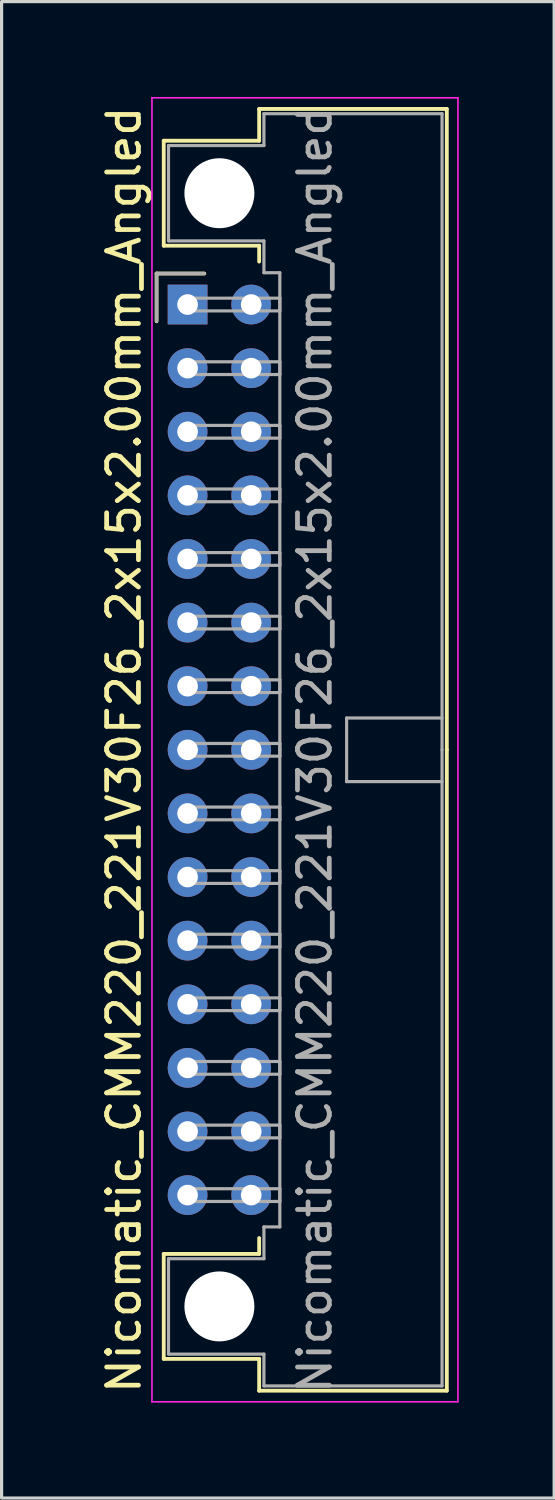
<source format=kicad_pcb>
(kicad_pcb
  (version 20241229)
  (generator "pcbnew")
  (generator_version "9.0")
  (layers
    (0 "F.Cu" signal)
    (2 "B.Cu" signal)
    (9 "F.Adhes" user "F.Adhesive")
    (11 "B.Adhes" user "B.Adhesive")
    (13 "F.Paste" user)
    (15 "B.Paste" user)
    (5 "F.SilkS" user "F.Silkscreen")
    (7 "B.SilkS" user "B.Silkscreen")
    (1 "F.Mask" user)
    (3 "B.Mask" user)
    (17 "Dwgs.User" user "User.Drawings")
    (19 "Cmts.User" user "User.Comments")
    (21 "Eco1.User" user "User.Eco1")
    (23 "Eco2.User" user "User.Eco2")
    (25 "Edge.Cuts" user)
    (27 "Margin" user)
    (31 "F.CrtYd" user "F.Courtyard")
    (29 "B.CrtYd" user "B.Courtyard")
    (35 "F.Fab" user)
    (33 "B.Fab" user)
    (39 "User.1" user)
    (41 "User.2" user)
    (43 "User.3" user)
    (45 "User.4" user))
  (footprint "Nicomatic_CMM220_221V30F26_2x15x2.00mm_Angled"
    (layer "F.Cu")
    (at 2.848 6.525)
    (property "Reference" "Nicomatic_CMM220_221V30F26_2x15x2.00mm_Angled" (at -2 14 90) (layer "F.SilkS") (effects (font (size 1 1) (thickness 0.15))))
    (attr through_hole)
    (fp_line (start -0.975 -0.975) (end -0.975 0.525) (stroke (width 0.12) (type solid)) (layer "F.SilkS"))
    (fp_line (start -0.75 -5.15) (end -0.75 -1.85) (stroke (width 0.12) (type solid)) (layer "F.SilkS"))
    (fp_line (start -0.75 -1.85) (end 2.25 -1.85) (stroke (width 0.12) (type solid)) (layer "F.SilkS"))
    (fp_line (start -0.75 29.85) (end 2.25 29.85) (stroke (width 0.12) (type solid)) (layer "F.SilkS"))
    (fp_line (start -0.75 33.15) (end -0.75 29.85) (stroke (width 0.12) (type solid)) (layer "F.SilkS"))
    (fp_line (start 0.525 -0.975) (end -0.975 -0.975) (stroke (width 0.12) (type solid)) (layer "F.SilkS"))
    (fp_line (start 2.25 -6.15) (end 2.25 -5.15) (stroke (width 0.12) (type solid)) (layer "F.SilkS"))
    (fp_line (start 2.25 -5.15) (end -0.75 -5.15) (stroke (width 0.12) (type solid)) (layer "F.SilkS"))
    (fp_line (start 2.25 -1.85) (end 2.25 -1.35) (stroke (width 0.12) (type solid)) (layer "F.SilkS"))
    (fp_line (start 2.25 29.85) (end 2.25 29.35) (stroke (width 0.12) (type solid)) (layer "F.SilkS"))
    (fp_line (start 2.25 33.15) (end -0.75 33.15) (stroke (width 0.12) (type solid)) (layer "F.SilkS"))
    (fp_line (start 2.25 34.15) (end 2.25 33.15) (stroke (width 0.12) (type solid)) (layer "F.SilkS"))
    (fp_line (start 8.15 -6.15) (end 2.25 -6.15) (stroke (width 0.12) (type solid)) (layer "F.SilkS"))
    (fp_line (start 8.15 14) (end 8.15 -6.15) (stroke (width 0.12) (type solid)) (layer "F.SilkS"))
    (fp_line (start 8.15 14) (end 8.15 34.15) (stroke (width 0.12) (type solid)) (layer "F.SilkS"))
    (fp_line (start 8.15 34.15) (end 2.25 34.15) (stroke (width 0.12) (type solid)) (layer "F.SilkS"))
    (fp_line (start -1.12 -6.5) (end -1.12 34.5) (stroke (width 0.05) (type solid)) (layer "F.CrtYd"))
    (fp_line (start -1.12 34.5) (end 8.5 34.5) (stroke (width 0.05) (type solid)) (layer "F.CrtYd"))
    (fp_line (start 8.5 -6.5) (end -1.12 -6.5) (stroke (width 0.05) (type solid)) (layer "F.CrtYd"))
    (fp_line (start 8.5 34.5) (end 8.5 -6.5) (stroke (width 0.05) (type solid)) (layer "F.CrtYd"))
    (fp_line (start -0.975 -0.975) (end -0.975 0.525) (stroke (width 0.1) (type solid)) (layer "F.Fab"))
    (fp_line (start -0.6 -5) (end -0.6 -2) (stroke (width 0.1) (type solid)) (layer "F.Fab"))
    (fp_line (start -0.6 -2) (end 2.4 -2) (stroke (width 0.1) (type solid)) (layer "F.Fab"))
    (fp_line (start -0.6 30) (end 2.4 30) (stroke (width 0.1) (type solid)) (layer "F.Fab"))
    (fp_line (start -0.6 33) (end -0.6 30) (stroke (width 0.1) (type solid)) (layer "F.Fab"))
    (fp_line (start 0 -0.2) (end 0 0.2) (stroke (width 0.1) (type solid)) (layer "F.Fab"))
    (fp_line (start 0 0.2) (end 2.9 0.2) (stroke (width 0.1) (type solid)) (layer "F.Fab"))
    (fp_line (start 0 1.8) (end 0 2.2) (stroke (width 0.1) (type solid)) (layer "F.Fab"))
    (fp_line (start 0 2.2) (end 2.9 2.2) (stroke (width 0.1) (type solid)) (layer "F.Fab"))
    (fp_line (start 0 3.8) (end 0 4.2) (stroke (width 0.1) (type solid)) (layer "F.Fab"))
    (fp_line (start 0 4.2) (end 2.9 4.2) (stroke (width 0.1) (type solid)) (layer "F.Fab"))
    (fp_line (start 0 5.8) (end 0 6.2) (stroke (width 0.1) (type solid)) (layer "F.Fab"))
    (fp_line (start 0 6.2) (end 2.9 6.2) (stroke (width 0.1) (type solid)) (layer "F.Fab"))
    (fp_line (start 0 7.8) (end 0 8.2) (stroke (width 0.1) (type solid)) (layer "F.Fab"))
    (fp_line (start 0 8.2) (end 2.9 8.2) (stroke (width 0.1) (type solid)) (layer "F.Fab"))
    (fp_line (start 0 9.8) (end 0 10.2) (stroke (width 0.1) (type solid)) (layer "F.Fab"))
    (fp_line (start 0 10.2) (end 2.9 10.2) (stroke (width 0.1) (type solid)) (layer "F.Fab"))
    (fp_line (start 0 11.8) (end 0 12.2) (stroke (width 0.1) (type solid)) (layer "F.Fab"))
    (fp_line (start 0 12.2) (end 2.9 12.2) (stroke (width 0.1) (type solid)) (layer "F.Fab"))
    (fp_line (start 0 13.8) (end 0 14.2) (stroke (width 0.1) (type solid)) (layer "F.Fab"))
    (fp_line (start 0 14.2) (end 2.9 14.2) (stroke (width 0.1) (type solid)) (layer "F.Fab"))
    (fp_line (start 0 15.8) (end 0 16.2) (stroke (width 0.1) (type solid)) (layer "F.Fab"))
    (fp_line (start 0 16.2) (end 2.9 16.2) (stroke (width 0.1) (type solid)) (layer "F.Fab"))
    (fp_line (start 0 17.8) (end 0 18.2) (stroke (width 0.1) (type solid)) (layer "F.Fab"))
    (fp_line (start 0 18.2) (end 2.9 18.2) (stroke (width 0.1) (type solid)) (layer "F.Fab"))
    (fp_line (start 0 19.8) (end 0 20.2) (stroke (width 0.1) (type solid)) (layer "F.Fab"))
    (fp_line (start 0 20.2) (end 2.9 20.2) (stroke (width 0.1) (type solid)) (layer "F.Fab"))
    (fp_line (start 0 21.8) (end 0 22.2) (stroke (width 0.1) (type solid)) (layer "F.Fab"))
    (fp_line (start 0 22.2) (end 2.9 22.2) (stroke (width 0.1) (type solid)) (layer "F.Fab"))
    (fp_line (start 0 23.8) (end 0 24.2) (stroke (width 0.1) (type solid)) (layer "F.Fab"))
    (fp_line (start 0 24.2) (end 2.9 24.2) (stroke (width 0.1) (type solid)) (layer "F.Fab"))
    (fp_line (start 0 25.8) (end 0 26.2) (stroke (width 0.1) (type solid)) (layer "F.Fab"))
    (fp_line (start 0 26.2) (end 2.9 26.2) (stroke (width 0.1) (type solid)) (layer "F.Fab"))
    (fp_line (start 0 27.8) (end 0 28.2) (stroke (width 0.1) (type solid)) (layer "F.Fab"))
    (fp_line (start 0 28.2) (end 2.9 28.2) (stroke (width 0.1) (type solid)) (layer "F.Fab"))
    (fp_line (start 0.525 -0.975) (end -0.975 -0.975) (stroke (width 0.1) (type solid)) (layer "F.Fab"))
    (fp_line (start 2.4 -6) (end 2.4 -5) (stroke (width 0.1) (type solid)) (layer "F.Fab"))
    (fp_line (start 2.4 -5) (end -0.6 -5) (stroke (width 0.1) (type solid)) (layer "F.Fab"))
    (fp_line (start 2.4 -2) (end 2.4 -1) (stroke (width 0.1) (type solid)) (layer "F.Fab"))
    (fp_line (start 2.4 -1) (end 2.9 -1) (stroke (width 0.1) (type solid)) (layer "F.Fab"))
    (fp_line (start 2.4 29) (end 2.9 29) (stroke (width 0.1) (type solid)) (layer "F.Fab"))
    (fp_line (start 2.4 30) (end 2.4 29) (stroke (width 0.1) (type solid)) (layer "F.Fab"))
    (fp_line (start 2.4 33) (end -0.6 33) (stroke (width 0.1) (type solid)) (layer "F.Fab"))
    (fp_line (start 2.4 34) (end 2.4 33) (stroke (width 0.1) (type solid)) (layer "F.Fab"))
    (fp_line (start 2.9 -1) (end 2.9 14) (stroke (width 0.1) (type solid)) (layer "F.Fab"))
    (fp_line (start 2.9 -0.2) (end 0 -0.2) (stroke (width 0.1) (type solid)) (layer "F.Fab"))
    (fp_line (start 2.9 0.2) (end 2.9 -0.2) (stroke (width 0.1) (type solid)) (layer "F.Fab"))
    (fp_line (start 2.9 1.8) (end 0 1.8) (stroke (width 0.1) (type solid)) (layer "F.Fab"))
    (fp_line (start 2.9 2.2) (end 2.9 1.8) (stroke (width 0.1) (type solid)) (layer "F.Fab"))
    (fp_line (start 2.9 3.8) (end 0 3.8) (stroke (width 0.1) (type solid)) (layer "F.Fab"))
    (fp_line (start 2.9 4.2) (end 2.9 3.8) (stroke (width 0.1) (type solid)) (layer "F.Fab"))
    (fp_line (start 2.9 5.8) (end 0 5.8) (stroke (width 0.1) (type solid)) (layer "F.Fab"))
    (fp_line (start 2.9 6.2) (end 2.9 5.8) (stroke (width 0.1) (type solid)) (layer "F.Fab"))
    (fp_line (start 2.9 7.8) (end 0 7.8) (stroke (width 0.1) (type solid)) (layer "F.Fab"))
    (fp_line (start 2.9 8.2) (end 2.9 7.8) (stroke (width 0.1) (type solid)) (layer "F.Fab"))
    (fp_line (start 2.9 9.8) (end 0 9.8) (stroke (width 0.1) (type solid)) (layer "F.Fab"))
    (fp_line (start 2.9 10.2) (end 2.9 9.8) (stroke (width 0.1) (type solid)) (layer "F.Fab"))
    (fp_line (start 2.9 11.8) (end 0 11.8) (stroke (width 0.1) (type solid)) (layer "F.Fab"))
    (fp_line (start 2.9 12.2) (end 2.9 11.8) (stroke (width 0.1) (type solid)) (layer "F.Fab"))
    (fp_line (start 2.9 13.8) (end 0 13.8) (stroke (width 0.1) (type solid)) (layer "F.Fab"))
    (fp_line (start 2.9 14.2) (end 2.9 13.8) (stroke (width 0.1) (type solid)) (layer "F.Fab"))
    (fp_line (start 2.9 15.8) (end 0 15.8) (stroke (width 0.1) (type solid)) (layer "F.Fab"))
    (fp_line (start 2.9 16.2) (end 2.9 15.8) (stroke (width 0.1) (type solid)) (layer "F.Fab"))
    (fp_line (start 2.9 17.8) (end 0 17.8) (stroke (width 0.1) (type solid)) (layer "F.Fab"))
    (fp_line (start 2.9 18.2) (end 2.9 17.8) (stroke (width 0.1) (type solid)) (layer "F.Fab"))
    (fp_line (start 2.9 19.8) (end 0 19.8) (stroke (width 0.1) (type solid)) (layer "F.Fab"))
    (fp_line (start 2.9 20.2) (end 2.9 19.8) (stroke (width 0.1) (type solid)) (layer "F.Fab"))
    (fp_line (start 2.9 21.8) (end 0 21.8) (stroke (width 0.1) (type solid)) (layer "F.Fab"))
    (fp_line (start 2.9 22.2) (end 2.9 21.8) (stroke (width 0.1) (type solid)) (layer "F.Fab"))
    (fp_line (start 2.9 23.8) (end 0 23.8) (stroke (width 0.1) (type solid)) (layer "F.Fab"))
    (fp_line (start 2.9 24.2) (end 2.9 23.8) (stroke (width 0.1) (type solid)) (layer "F.Fab"))
    (fp_line (start 2.9 25.8) (end 0 25.8) (stroke (width 0.1) (type solid)) (layer "F.Fab"))
    (fp_line (start 2.9 26.2) (end 2.9 25.8) (stroke (width 0.1) (type solid)) (layer "F.Fab"))
    (fp_line (start 2.9 27.8) (end 0 27.8) (stroke (width 0.1) (type solid)) (layer "F.Fab"))
    (fp_line (start 2.9 28.2) (end 2.9 27.8) (stroke (width 0.1) (type solid)) (layer "F.Fab"))
    (fp_line (start 2.9 29) (end 2.9 14) (stroke (width 0.1) (type solid)) (layer "F.Fab"))
    (fp_line (start 5 13) (end 5 15) (stroke (width 0.1) (type solid)) (layer "F.Fab"))
    (fp_line (start 5 15) (end 8 15) (stroke (width 0.1) (type solid)) (layer "F.Fab"))
    (fp_line (start 8 -6) (end 2.4 -6) (stroke (width 0.1) (type solid)) (layer "F.Fab"))
    (fp_line (start 8 13) (end 5 13) (stroke (width 0.1) (type solid)) (layer "F.Fab"))
    (fp_line (start 8 14) (end 8 -6) (stroke (width 0.1) (type solid)) (layer "F.Fab"))
    (fp_line (start 8 14) (end 8 34) (stroke (width 0.1) (type solid)) (layer "F.Fab"))
    (fp_line (start 8 34) (end 2.4 34) (stroke (width 0.1) (type solid)) (layer "F.Fab"))
    (fp_text user "${REFERENCE}" (at 4 14 90) (layer "F.Fab") (effects (font (size 1 1) (thickness 0.15))))
    (pad "" np_thru_hole circle (at 1 -3.5) (size 2.2 2.2) (drill 2.2) (layers "*.Cu" "*.Mask"))
    (pad "" np_thru_hole circle (at 1 31.5) (size 2.2 2.2) (drill 2.2) (layers "*.Cu" "*.Mask"))
    (pad "1" thru_hole rect (at 0 0) (size 1.25 1.25) (drill 0.65) (layers "*.Cu" "*.Mask"))
    (pad "2" thru_hole oval (at 0 2) (size 1.25 1.25) (drill 0.65) (layers "*.Cu" "*.Mask"))
    (pad "3" thru_hole oval (at 0 4) (size 1.25 1.25) (drill 0.65) (layers "*.Cu" "*.Mask"))
    (pad "4" thru_hole oval (at 0 6) (size 1.25 1.25) (drill 0.65) (layers "*.Cu" "*.Mask"))
    (pad "5" thru_hole oval (at 0 8) (size 1.25 1.25) (drill 0.65) (layers "*.Cu" "*.Mask"))
    (pad "6" thru_hole oval (at 0 10) (size 1.25 1.25) (drill 0.65) (layers "*.Cu" "*.Mask"))
    (pad "7" thru_hole oval (at 0 12) (size 1.25 1.25) (drill 0.65) (layers "*.Cu" "*.Mask"))
    (pad "8" thru_hole oval (at 0 14) (size 1.25 1.25) (drill 0.65) (layers "*.Cu" "*.Mask"))
    (pad "9" thru_hole oval (at 0 16) (size 1.25 1.25) (drill 0.65) (layers "*.Cu" "*.Mask"))
    (pad "10" thru_hole oval (at 0 18) (size 1.25 1.25) (drill 0.65) (layers "*.Cu" "*.Mask"))
    (pad "11" thru_hole oval (at 0 20) (size 1.25 1.25) (drill 0.65) (layers "*.Cu" "*.Mask"))
    (pad "12" thru_hole oval (at 0 22) (size 1.25 1.25) (drill 0.65) (layers "*.Cu" "*.Mask"))
    (pad "13" thru_hole oval (at 0 24) (size 1.25 1.25) (drill 0.65) (layers "*.Cu" "*.Mask"))
    (pad "14" thru_hole oval (at 0 26) (size 1.25 1.25) (drill 0.65) (layers "*.Cu" "*.Mask"))
    (pad "15" thru_hole oval (at 0 28) (size 1.25 1.25) (drill 0.65) (layers "*.Cu" "*.Mask"))
    (pad "16" thru_hole oval (at 2 0) (size 1.25 1.25) (drill 0.65) (layers "*.Cu" "*.Mask"))
    (pad "17" thru_hole oval (at 2 2) (size 1.25 1.25) (drill 0.65) (layers "*.Cu" "*.Mask"))
    (pad "18" thru_hole oval (at 2 4) (size 1.25 1.25) (drill 0.65) (layers "*.Cu" "*.Mask"))
    (pad "19" thru_hole oval (at 2 6) (size 1.25 1.25) (drill 0.65) (layers "*.Cu" "*.Mask"))
    (pad "20" thru_hole oval (at 2 8) (size 1.25 1.25) (drill 0.65) (layers "*.Cu" "*.Mask"))
    (pad "21" thru_hole oval (at 2 10) (size 1.25 1.25) (drill 0.65) (layers "*.Cu" "*.Mask"))
    (pad "22" thru_hole oval (at 2 12) (size 1.25 1.25) (drill 0.65) (layers "*.Cu" "*.Mask"))
    (pad "23" thru_hole oval (at 2 14) (size 1.25 1.25) (drill 0.65) (layers "*.Cu" "*.Mask"))
    (pad "24" thru_hole oval (at 2 16) (size 1.25 1.25) (drill 0.65) (layers "*.Cu" "*.Mask"))
    (pad "25" thru_hole oval (at 2 18) (size 1.25 1.25) (drill 0.65) (layers "*.Cu" "*.Mask"))
    (pad "26" thru_hole oval (at 2 20) (size 1.25 1.25) (drill 0.65) (layers "*.Cu" "*.Mask"))
    (pad "27" thru_hole oval (at 2 22) (size 1.25 1.25) (drill 0.65) (layers "*.Cu" "*.Mask"))
    (pad "28" thru_hole oval (at 2 24) (size 1.25 1.25) (drill 0.65) (layers "*.Cu" "*.Mask"))
    (pad "29" thru_hole oval (at 2 26) (size 1.25 1.25) (drill 0.65) (layers "*.Cu" "*.Mask"))
    (pad "30" thru_hole oval (at 2 28) (size 1.25 1.25) (drill 0.65) (layers "*.Cu" "*.Mask")))
  (gr_rect
    (start -3 -3)
    (end 14.373 44.05)
    (stroke (width 0.1) (type default))
    (fill no)
    (layer "Edge.Cuts")))
</source>
